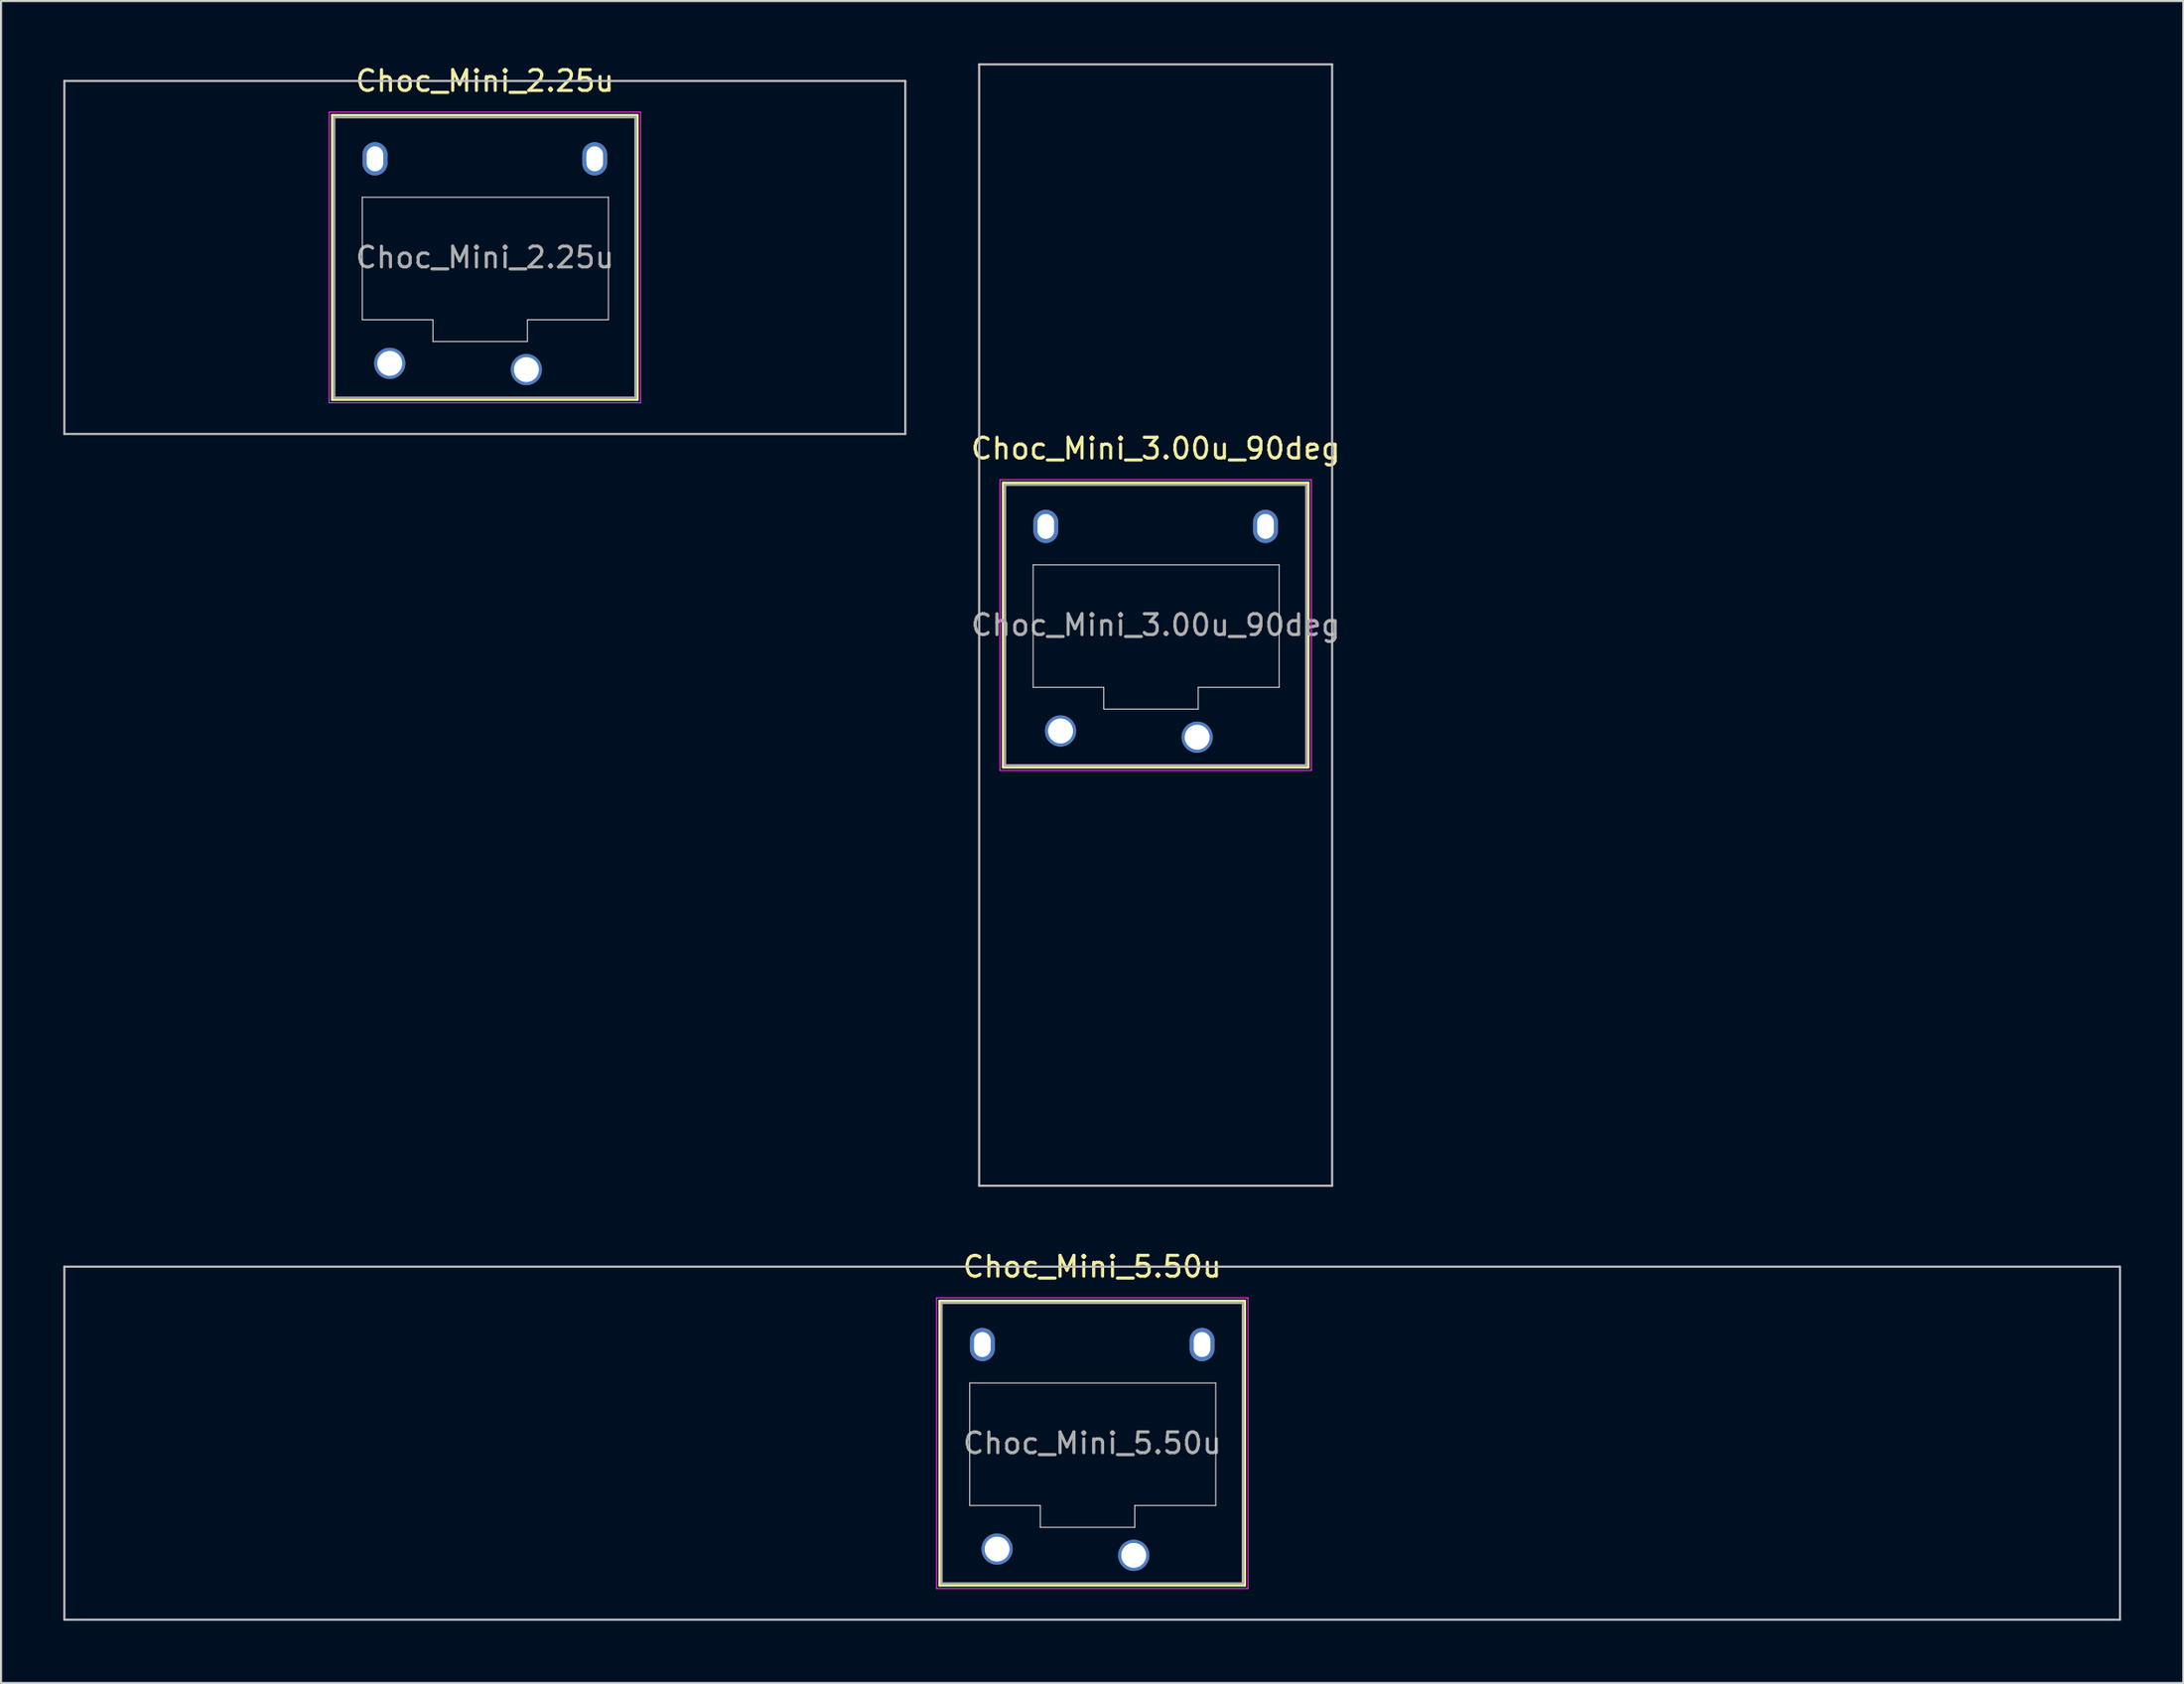
<source format=kicad_pcb>
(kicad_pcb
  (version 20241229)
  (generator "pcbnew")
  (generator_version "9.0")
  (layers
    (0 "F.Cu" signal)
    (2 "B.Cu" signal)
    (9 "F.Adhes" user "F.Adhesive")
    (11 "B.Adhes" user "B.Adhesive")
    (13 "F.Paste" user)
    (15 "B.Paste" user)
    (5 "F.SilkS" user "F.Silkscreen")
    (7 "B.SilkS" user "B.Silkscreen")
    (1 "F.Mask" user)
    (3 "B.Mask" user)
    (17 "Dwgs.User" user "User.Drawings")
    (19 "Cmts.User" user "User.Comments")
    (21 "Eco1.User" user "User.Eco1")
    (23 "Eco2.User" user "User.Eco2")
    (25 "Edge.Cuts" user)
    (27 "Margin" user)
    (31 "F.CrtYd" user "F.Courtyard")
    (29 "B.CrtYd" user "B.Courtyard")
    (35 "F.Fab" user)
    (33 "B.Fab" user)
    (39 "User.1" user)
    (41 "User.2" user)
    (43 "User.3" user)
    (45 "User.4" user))
  (footprint "Choc_Mini_3.00u_90deg"
    (layer "F.Cu")
    (at 52.606 27.05)
    (property "Reference" "Choc_Mini_3.00u_90deg" (at 0 -8.5 0) (layer "F.SilkS") (effects (font (size 1 1) (thickness 0.15))))
    (attr through_hole)
    (fp_line (start -7.35 -6.85) (end -7.35 6.85) (stroke (width 0.12) (type solid)) (layer "F.SilkS"))
    (fp_line (start -7.35 6.85) (end 7.35 6.85) (stroke (width 0.12) (type solid)) (layer "F.SilkS"))
    (fp_line (start 7.35 -6.85) (end -7.35 -6.85) (stroke (width 0.12) (type solid)) (layer "F.SilkS"))
    (fp_line (start 7.35 6.85) (end 7.35 -6.85) (stroke (width 0.12) (type solid)) (layer "F.SilkS"))
    (fp_line (start -8.5 -27) (end 8.5 -27) (stroke (width 0.1) (type solid)) (layer "Dwgs.User"))
    (fp_line (start -8.5 27) (end -8.5 -27) (stroke (width 0.1) (type solid)) (layer "Dwgs.User"))
    (fp_line (start 8.5 -27) (end 8.5 27) (stroke (width 0.1) (type solid)) (layer "Dwgs.User"))
    (fp_line (start 8.5 27) (end -8.5 27) (stroke (width 0.1) (type solid)) (layer "Dwgs.User"))
    (fp_line (start -6.85 -6.35) (end -6.85 6.35) (stroke (width 0.1) (type solid)) (layer "Eco1.User"))
    (fp_line (start -6.85 6.35) (end 6.85 6.35) (stroke (width 0.1) (type solid)) (layer "Eco1.User"))
    (fp_line (start 6.85 -6.35) (end -6.85 -6.35) (stroke (width 0.1) (type solid)) (layer "Eco1.User"))
    (fp_line (start 6.85 6.35) (end 6.85 -6.35) (stroke (width 0.1) (type solid)) (layer "Eco1.User"))
    (fp_line (start -5.9 -2.9) (end -5.9 3) (stroke (width 0.05) (type solid)) (layer "Edge.Cuts"))
    (fp_line (start -5.9 3) (end -2.5 3) (stroke (width 0.05) (type solid)) (layer "Edge.Cuts"))
    (fp_line (start -2.5 3) (end -2.5 4.05) (stroke (width 0.05) (type solid)) (layer "Edge.Cuts"))
    (fp_line (start -2.5 4.05) (end 2.05 4.05) (stroke (width 0.05) (type solid)) (layer "Edge.Cuts"))
    (fp_line (start 2.05 3) (end 5.95 3) (stroke (width 0.05) (type solid)) (layer "Edge.Cuts"))
    (fp_line (start 2.05 4.05) (end 2.05 3) (stroke (width 0.05) (type solid)) (layer "Edge.Cuts"))
    (fp_line (start 5.95 -2.9) (end -5.9 -2.9) (stroke (width 0.05) (type solid)) (layer "Edge.Cuts"))
    (fp_line (start 5.95 3) (end 5.95 -2.9) (stroke (width 0.05) (type solid)) (layer "Edge.Cuts"))
    (fp_line (start -7.5 -7) (end -7.5 7) (stroke (width 0.05) (type solid)) (layer "F.CrtYd"))
    (fp_line (start -7.5 7) (end 7.5 7) (stroke (width 0.05) (type solid)) (layer "F.CrtYd"))
    (fp_line (start 7.5 -7) (end -7.5 -7) (stroke (width 0.05) (type solid)) (layer "F.CrtYd"))
    (fp_line (start 7.5 7) (end 7.5 -7) (stroke (width 0.05) (type solid)) (layer "F.CrtYd"))
    (fp_line (start -7.25 -6.75) (end -7.25 6.75) (stroke (width 0.1) (type solid)) (layer "F.Fab"))
    (fp_line (start -7.25 6.75) (end 7.25 6.75) (stroke (width 0.1) (type solid)) (layer "F.Fab"))
    (fp_line (start 7.25 -6.75) (end -7.25 -6.75) (stroke (width 0.1) (type solid)) (layer "F.Fab"))
    (fp_line (start 7.25 6.75) (end 7.25 -6.75) (stroke (width 0.1) (type solid)) (layer "F.Fab"))
    (fp_text user "${REFERENCE}" (at 0 0 0) (layer "F.Fab") (effects (font (size 1 1) (thickness 0.15))))
    (pad "" np_thru_hole oval (at -5.29 -4.75) (size 1.2 1.6) (drill oval 0.8 1.2) (layers "*.Cu" "*.Mask"))
    (pad "" np_thru_hole oval (at 5.29 -4.75) (size 1.2 1.6) (drill oval 0.8 1.2) (layers "*.Cu" "*.Mask"))
    (pad "1" thru_hole circle (at 2 5.4) (size 1.5 1.5) (drill 1.2) (layers "*.Cu" "*.Mask"))
    (pad "2" thru_hole circle (at -4.58 5.1) (size 1.5 1.5) (drill 1.2) (layers "*.Cu" "*.Mask")))
  (footprint "Choc_Mini_5.50u"
    (layer "F.Cu")
    (at 49.55 66.448)
    (property "Reference" "Choc_Mini_5.50u" (at 0 -8.5 0) (layer "F.SilkS") (effects (font (size 1 1) (thickness 0.15))))
    (attr through_hole)
    (fp_line (start -7.35 -6.85) (end -7.35 6.85) (stroke (width 0.12) (type solid)) (layer "F.SilkS"))
    (fp_line (start -7.35 6.85) (end 7.35 6.85) (stroke (width 0.12) (type solid)) (layer "F.SilkS"))
    (fp_line (start 7.35 -6.85) (end -7.35 -6.85) (stroke (width 0.12) (type solid)) (layer "F.SilkS"))
    (fp_line (start 7.35 6.85) (end 7.35 -6.85) (stroke (width 0.12) (type solid)) (layer "F.SilkS"))
    (fp_line (start -49.5 -8.5) (end -49.5 8.5) (stroke (width 0.1) (type solid)) (layer "Dwgs.User"))
    (fp_line (start -49.5 8.5) (end 49.5 8.5) (stroke (width 0.1) (type solid)) (layer "Dwgs.User"))
    (fp_line (start 49.5 -8.5) (end -49.5 -8.5) (stroke (width 0.1) (type solid)) (layer "Dwgs.User"))
    (fp_line (start 49.5 8.5) (end 49.5 -8.5) (stroke (width 0.1) (type solid)) (layer "Dwgs.User"))
    (fp_line (start -6.85 -6.35) (end -6.85 6.35) (stroke (width 0.1) (type solid)) (layer "Eco1.User"))
    (fp_line (start -6.85 6.35) (end 6.85 6.35) (stroke (width 0.1) (type solid)) (layer "Eco1.User"))
    (fp_line (start 6.85 -6.35) (end -6.85 -6.35) (stroke (width 0.1) (type solid)) (layer "Eco1.User"))
    (fp_line (start 6.85 6.35) (end 6.85 -6.35) (stroke (width 0.1) (type solid)) (layer "Eco1.User"))
    (fp_line (start -5.9 -2.9) (end -5.9 3) (stroke (width 0.05) (type solid)) (layer "Edge.Cuts"))
    (fp_line (start -5.9 3) (end -2.5 3) (stroke (width 0.05) (type solid)) (layer "Edge.Cuts"))
    (fp_line (start -2.5 3) (end -2.5 4.05) (stroke (width 0.05) (type solid)) (layer "Edge.Cuts"))
    (fp_line (start -2.5 4.05) (end 2.05 4.05) (stroke (width 0.05) (type solid)) (layer "Edge.Cuts"))
    (fp_line (start 2.05 3) (end 5.95 3) (stroke (width 0.05) (type solid)) (layer "Edge.Cuts"))
    (fp_line (start 2.05 4.05) (end 2.05 3) (stroke (width 0.05) (type solid)) (layer "Edge.Cuts"))
    (fp_line (start 5.95 -2.9) (end -5.9 -2.9) (stroke (width 0.05) (type solid)) (layer "Edge.Cuts"))
    (fp_line (start 5.95 3) (end 5.95 -2.9) (stroke (width 0.05) (type solid)) (layer "Edge.Cuts"))
    (fp_line (start -7.5 -7) (end -7.5 7) (stroke (width 0.05) (type solid)) (layer "F.CrtYd"))
    (fp_line (start -7.5 7) (end 7.5 7) (stroke (width 0.05) (type solid)) (layer "F.CrtYd"))
    (fp_line (start 7.5 -7) (end -7.5 -7) (stroke (width 0.05) (type solid)) (layer "F.CrtYd"))
    (fp_line (start 7.5 7) (end 7.5 -7) (stroke (width 0.05) (type solid)) (layer "F.CrtYd"))
    (fp_line (start -7.25 -6.75) (end -7.25 6.75) (stroke (width 0.1) (type solid)) (layer "F.Fab"))
    (fp_line (start -7.25 6.75) (end 7.25 6.75) (stroke (width 0.1) (type solid)) (layer "F.Fab"))
    (fp_line (start 7.25 -6.75) (end -7.25 -6.75) (stroke (width 0.1) (type solid)) (layer "F.Fab"))
    (fp_line (start 7.25 6.75) (end 7.25 -6.75) (stroke (width 0.1) (type solid)) (layer "F.Fab"))
    (fp_text user "${REFERENCE}" (at 0 0 0) (layer "F.Fab") (effects (font (size 1 1) (thickness 0.15))))
    (pad "" np_thru_hole oval (at -5.29 -4.75) (size 1.2 1.6) (drill oval 0.8 1.2) (layers "*.Cu" "*.Mask"))
    (pad "" np_thru_hole oval (at 5.29 -4.75) (size 1.2 1.6) (drill oval 0.8 1.2) (layers "*.Cu" "*.Mask"))
    (pad "1" thru_hole circle (at 2 5.4) (size 1.5 1.5) (drill 1.2) (layers "*.Cu" "*.Mask"))
    (pad "2" thru_hole circle (at -4.58 5.1) (size 1.5 1.5) (drill 1.2) (layers "*.Cu" "*.Mask")))
  (footprint "Choc_Mini_2.25u"
    (layer "F.Cu")
    (at 20.3 9.348)
    (property "Reference" "Choc_Mini_2.25u" (at 0 -8.5 0) (layer "F.SilkS") (effects (font (size 1 1) (thickness 0.15))))
    (attr through_hole)
    (fp_line (start -7.35 -6.85) (end -7.35 6.85) (stroke (width 0.12) (type solid)) (layer "F.SilkS"))
    (fp_line (start -7.35 6.85) (end 7.35 6.85) (stroke (width 0.12) (type solid)) (layer "F.SilkS"))
    (fp_line (start 7.35 -6.85) (end -7.35 -6.85) (stroke (width 0.12) (type solid)) (layer "F.SilkS"))
    (fp_line (start 7.35 6.85) (end 7.35 -6.85) (stroke (width 0.12) (type solid)) (layer "F.SilkS"))
    (fp_line (start -20.25 -8.5) (end -20.25 8.5) (stroke (width 0.1) (type solid)) (layer "Dwgs.User"))
    (fp_line (start -20.25 8.5) (end 20.25 8.5) (stroke (width 0.1) (type solid)) (layer "Dwgs.User"))
    (fp_line (start 20.25 -8.5) (end -20.25 -8.5) (stroke (width 0.1) (type solid)) (layer "Dwgs.User"))
    (fp_line (start 20.25 8.5) (end 20.25 -8.5) (stroke (width 0.1) (type solid)) (layer "Dwgs.User"))
    (fp_line (start -6.85 -6.35) (end -6.85 6.35) (stroke (width 0.1) (type solid)) (layer "Eco1.User"))
    (fp_line (start -6.85 6.35) (end 6.85 6.35) (stroke (width 0.1) (type solid)) (layer "Eco1.User"))
    (fp_line (start 6.85 -6.35) (end -6.85 -6.35) (stroke (width 0.1) (type solid)) (layer "Eco1.User"))
    (fp_line (start 6.85 6.35) (end 6.85 -6.35) (stroke (width 0.1) (type solid)) (layer "Eco1.User"))
    (fp_line (start -5.9 -2.9) (end -5.9 3) (stroke (width 0.05) (type solid)) (layer "Edge.Cuts"))
    (fp_line (start -5.9 3) (end -2.5 3) (stroke (width 0.05) (type solid)) (layer "Edge.Cuts"))
    (fp_line (start -2.5 3) (end -2.5 4.05) (stroke (width 0.05) (type solid)) (layer "Edge.Cuts"))
    (fp_line (start -2.5 4.05) (end 2.05 4.05) (stroke (width 0.05) (type solid)) (layer "Edge.Cuts"))
    (fp_line (start 2.05 3) (end 5.95 3) (stroke (width 0.05) (type solid)) (layer "Edge.Cuts"))
    (fp_line (start 2.05 4.05) (end 2.05 3) (stroke (width 0.05) (type solid)) (layer "Edge.Cuts"))
    (fp_line (start 5.95 -2.9) (end -5.9 -2.9) (stroke (width 0.05) (type solid)) (layer "Edge.Cuts"))
    (fp_line (start 5.95 3) (end 5.95 -2.9) (stroke (width 0.05) (type solid)) (layer "Edge.Cuts"))
    (fp_line (start -7.5 -7) (end -7.5 7) (stroke (width 0.05) (type solid)) (layer "F.CrtYd"))
    (fp_line (start -7.5 7) (end 7.5 7) (stroke (width 0.05) (type solid)) (layer "F.CrtYd"))
    (fp_line (start 7.5 -7) (end -7.5 -7) (stroke (width 0.05) (type solid)) (layer "F.CrtYd"))
    (fp_line (start 7.5 7) (end 7.5 -7) (stroke (width 0.05) (type solid)) (layer "F.CrtYd"))
    (fp_line (start -7.25 -6.75) (end -7.25 6.75) (stroke (width 0.1) (type solid)) (layer "F.Fab"))
    (fp_line (start -7.25 6.75) (end 7.25 6.75) (stroke (width 0.1) (type solid)) (layer "F.Fab"))
    (fp_line (start 7.25 -6.75) (end -7.25 -6.75) (stroke (width 0.1) (type solid)) (layer "F.Fab"))
    (fp_line (start 7.25 6.75) (end 7.25 -6.75) (stroke (width 0.1) (type solid)) (layer "F.Fab"))
    (fp_text user "${REFERENCE}" (at 0 0 0) (layer "F.Fab") (effects (font (size 1 1) (thickness 0.15))))
    (pad "" np_thru_hole oval (at -5.29 -4.75) (size 1.2 1.6) (drill oval 0.8 1.2) (layers "*.Cu" "*.Mask"))
    (pad "" np_thru_hole oval (at 5.29 -4.75) (size 1.2 1.6) (drill oval 0.8 1.2) (layers "*.Cu" "*.Mask"))
    (pad "1" thru_hole circle (at 2 5.4) (size 1.5 1.5) (drill 1.2) (layers "*.Cu" "*.Mask"))
    (pad "2" thru_hole circle (at -4.58 5.1) (size 1.5 1.5) (drill 1.2) (layers "*.Cu" "*.Mask")))
  (gr_rect
    (start -3 -3)
    (end 102.1 77.998)
    (stroke (width 0.1) (type default))
    (fill no)
    (layer "Edge.Cuts")))
</source>
